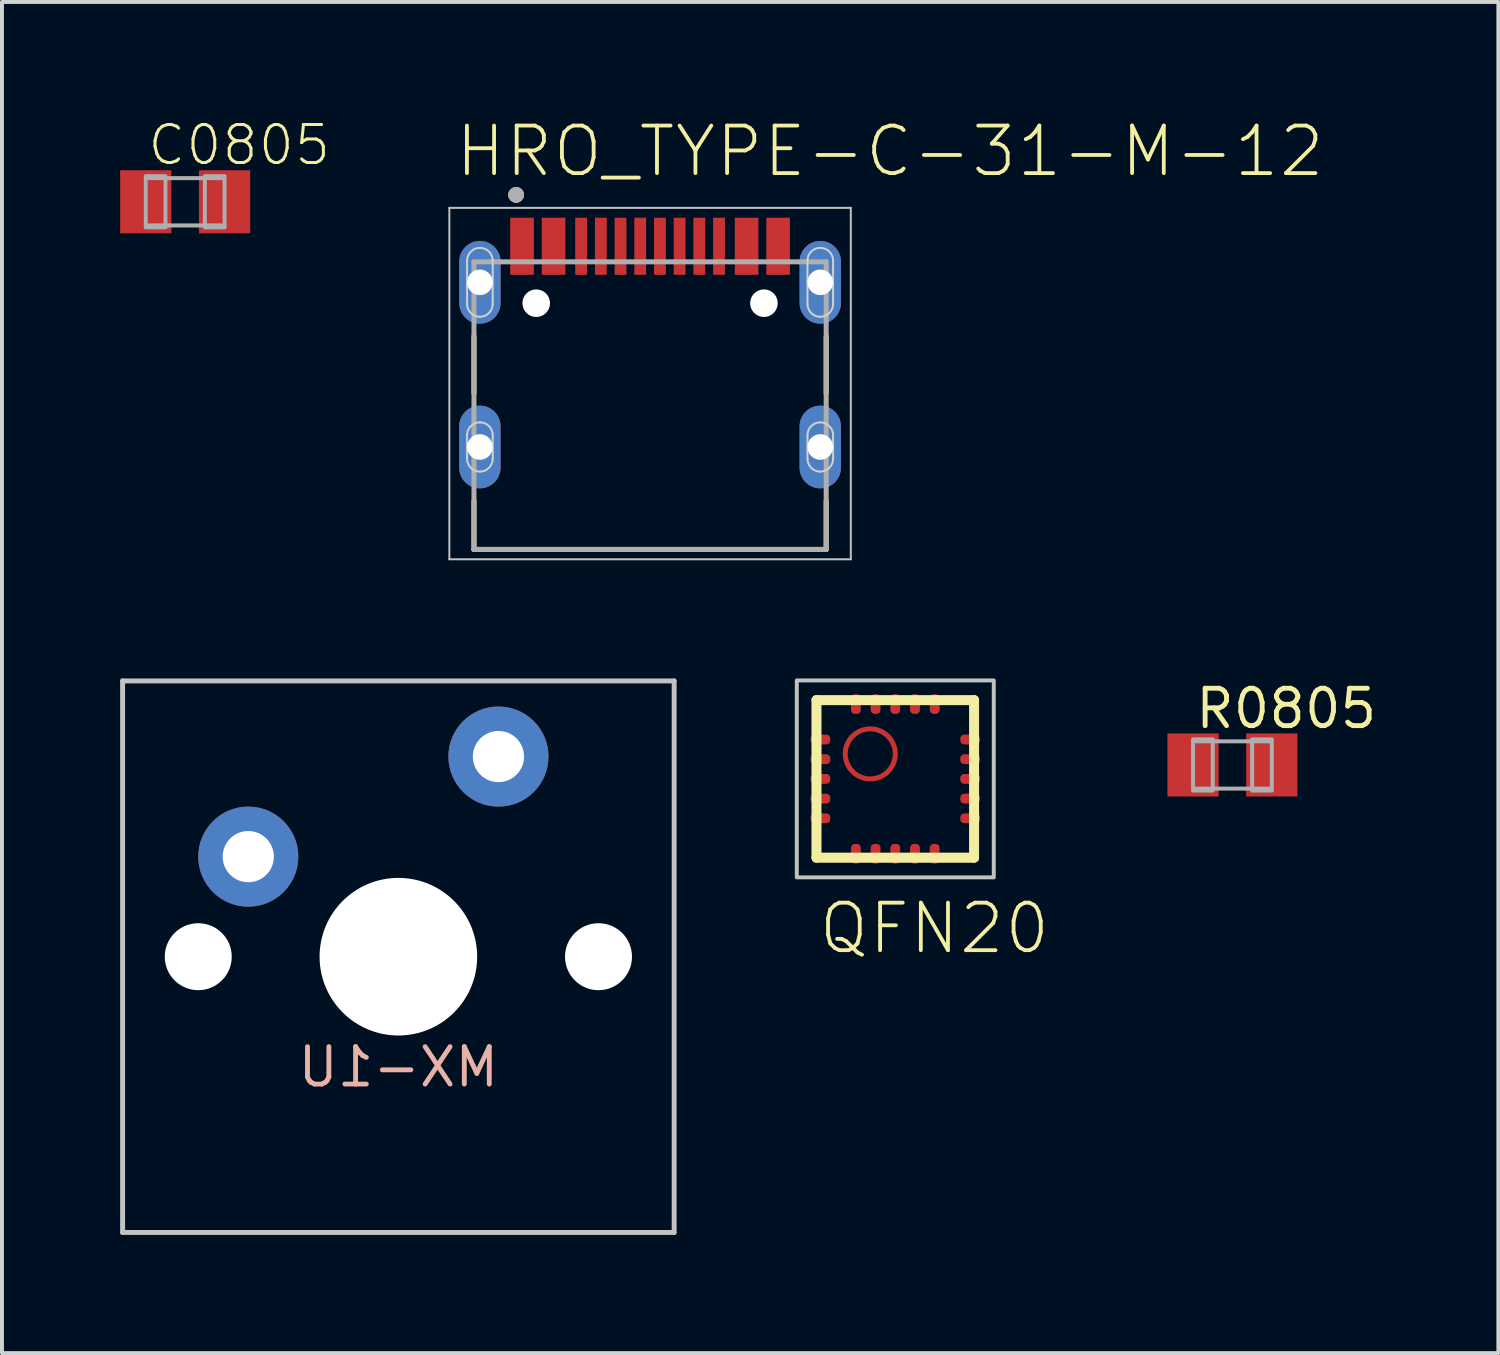
<source format=kicad_pcb>
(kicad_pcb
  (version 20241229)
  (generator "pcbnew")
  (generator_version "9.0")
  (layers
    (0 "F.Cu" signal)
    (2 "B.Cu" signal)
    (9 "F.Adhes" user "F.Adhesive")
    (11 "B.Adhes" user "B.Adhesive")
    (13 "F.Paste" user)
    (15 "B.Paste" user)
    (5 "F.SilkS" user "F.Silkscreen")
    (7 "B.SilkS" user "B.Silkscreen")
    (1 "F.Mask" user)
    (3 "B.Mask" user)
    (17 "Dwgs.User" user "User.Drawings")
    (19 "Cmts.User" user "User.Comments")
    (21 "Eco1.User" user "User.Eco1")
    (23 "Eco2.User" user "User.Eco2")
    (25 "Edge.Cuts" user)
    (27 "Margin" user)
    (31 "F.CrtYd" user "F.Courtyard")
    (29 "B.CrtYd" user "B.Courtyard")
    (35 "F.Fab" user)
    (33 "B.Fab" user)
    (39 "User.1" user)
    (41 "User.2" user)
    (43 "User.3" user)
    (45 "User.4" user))
  (footprint "R0805"
    (layer "F.Cu")
    (at 28.233 16.367)
    (property "Reference" "R0805" (at -1 -0.875 0) (layer "F.SilkS") (effects (font (size 0.95 0.95) (thickness 0.123)) (justify left bottom)))
    (attr through_hole)
    (fp_line (start -0.925 -0.6) (end 0.925 -0.6) (stroke (width 0.102) (type solid)) (layer "F.Fab"))
    (fp_line (start 0.925 0.6) (end -0.925 0.6) (stroke (width 0.102) (type solid)) (layer "F.Fab"))
    (fp_poly (pts (xy -1 0.65) (xy -0.5 0.65) (xy -0.5 -0.65) (xy -1 -0.65)) (stroke (width 0.1) (type solid)) (fill no) (layer "F.Fab"))
    (fp_poly (pts (xy 0.5 0.65) (xy 1 0.65) (xy 1 -0.65) (xy 0.5 -0.65)) (stroke (width 0.1) (type solid)) (fill no) (layer "F.Fab"))
    (pad "1" smd rect (at -1 0) (size 1.3 1.6) (layers "F.Cu" "F.Mask" "F.Paste"))
    (pad "2" smd rect (at 1 0) (size 1.3 1.6) (layers "F.Cu" "F.Mask" "F.Paste")))
  (footprint "QFN20"
    (layer "F.Cu")
    (at 19.675 16.721)
    (property "Reference" "QFN20" (at -2 4.5 0) (layer "F.SilkS") (effects (font (size 1.206 1.206) (thickness 0.097)) (justify left bottom)))
    (attr through_hole)
    (fp_circle (center -0.635 -0.635) (end 0 -0.635) (stroke (width 0.127) (type solid)) (fill no) (layer "F.Cu"))
    (fp_line (start -2 -2) (end 2 -2) (stroke (width 0.254) (type solid)) (layer "F.SilkS"))
    (fp_line (start -2 2) (end -2 -2) (stroke (width 0.254) (type solid)) (layer "F.SilkS"))
    (fp_line (start 2 -2) (end 2 2) (stroke (width 0.254) (type solid)) (layer "F.SilkS"))
    (fp_line (start 2 2) (end -2 2) (stroke (width 0.254) (type solid)) (layer "F.SilkS"))
    (fp_poly (pts (xy -2.5 -2.5) (xy -2.5 2.5) (xy 2.5 2.5) (xy 2.5 -2.5)) (stroke (width 0.1) (type solid)) (fill no) (layer "Dwgs.User"))
    (pad "1" smd roundrect (at -1.9 -1) (size 0.5 0.25) (layers "F.Cu" "F.Mask" "F.Paste") (roundrect_rratio 0.4))
    (pad "2" smd roundrect (at -1.9 -0.5 180) (size 0.5 0.25) (layers "F.Cu" "F.Mask" "F.Paste") (roundrect_rratio 0.4))
    (pad "3" smd roundrect (at -1.9 0) (size 0.5 0.25) (layers "F.Cu" "F.Mask" "F.Paste") (roundrect_rratio 0.4))
    (pad "4" smd roundrect (at -1.9 0.5) (size 0.5 0.25) (layers "F.Cu" "F.Mask" "F.Paste") (roundrect_rratio 0.4))
    (pad "5" smd roundrect (at -1.9 1) (size 0.5 0.25) (layers "F.Cu" "F.Mask" "F.Paste") (roundrect_rratio 0.4))
    (pad "6" smd roundrect (at -1 1.9 270) (size 0.5 0.25) (layers "F.Cu" "F.Mask" "F.Paste") (roundrect_rratio 0.4))
    (pad "7" smd roundrect (at -0.5 1.9 270) (size 0.5 0.25) (layers "F.Cu" "F.Mask" "F.Paste") (roundrect_rratio 0.4))
    (pad "8" smd roundrect (at 0 1.9 270) (size 0.5 0.25) (layers "F.Cu" "F.Mask" "F.Paste") (roundrect_rratio 0.4))
    (pad "9" smd roundrect (at 0.5 1.9 270) (size 0.5 0.25) (layers "F.Cu" "F.Mask" "F.Paste") (roundrect_rratio 0.4))
    (pad "10" smd roundrect (at 1 1.9 270) (size 0.5 0.25) (layers "F.Cu" "F.Mask" "F.Paste") (roundrect_rratio 0.4))
    (pad "11" smd roundrect (at 1.9 1 180) (size 0.5 0.25) (layers "F.Cu" "F.Mask" "F.Paste") (roundrect_rratio 0.4))
    (pad "12" smd roundrect (at 1.9 0.5 180) (size 0.5 0.25) (layers "F.Cu" "F.Mask" "F.Paste") (roundrect_rratio 0.4))
    (pad "13" smd roundrect (at 1.9 0 180) (size 0.5 0.25) (layers "F.Cu" "F.Mask" "F.Paste") (roundrect_rratio 0.4))
    (pad "14" smd roundrect (at 1.9 -0.5 180) (size 0.5 0.25) (layers "F.Cu" "F.Mask" "F.Paste") (roundrect_rratio 0.4))
    (pad "15" smd roundrect (at 1.9 -1 180) (size 0.5 0.25) (layers "F.Cu" "F.Mask" "F.Paste") (roundrect_rratio 0.4))
    (pad "16" smd roundrect (at 1 -1.9 90) (size 0.5 0.25) (layers "F.Cu" "F.Mask" "F.Paste") (roundrect_rratio 0.4))
    (pad "17" smd roundrect (at 0.5 -1.9 90) (size 0.5 0.25) (layers "F.Cu" "F.Mask" "F.Paste") (roundrect_rratio 0.4))
    (pad "18" smd roundrect (at 0 -1.9 270) (size 0.5 0.25) (layers "F.Cu" "F.Mask" "F.Paste") (roundrect_rratio 0.4))
    (pad "19" smd roundrect (at -0.5 -1.9 90) (size 0.5 0.25) (layers "F.Cu" "F.Mask" "F.Paste") (roundrect_rratio 0.4))
    (pad "20" smd roundrect (at -1 -1.9 90) (size 0.5 0.25) (layers "F.Cu" "F.Mask" "F.Paste") (roundrect_rratio 0.4)))
  (footprint "C0805"
    (layer "F.Cu")
    (at 1.65 2.072)
    (property "Reference" "C0805" (at -1 -0.875 0) (layer "F.SilkS") (effects (font (size 0.965 0.965) (thickness 0.077)) (justify left bottom)))
    (attr through_hole)
    (fp_line (start -0.925 -0.6) (end 0.925 -0.6) (stroke (width 0.102) (type solid)) (layer "F.Fab"))
    (fp_line (start 0.925 0.6) (end -0.925 0.6) (stroke (width 0.102) (type solid)) (layer "F.Fab"))
    (fp_poly (pts (xy -1 0.65) (xy -0.5 0.65) (xy -0.5 -0.65) (xy -1 -0.65)) (stroke (width 0.1) (type solid)) (fill no) (layer "F.Fab"))
    (fp_poly (pts (xy 0.5 0.65) (xy 1 0.65) (xy 1 -0.65) (xy 0.5 -0.65)) (stroke (width 0.1) (type solid)) (fill no) (layer "F.Fab"))
    (pad "1" smd rect (at -1 0) (size 1.3 1.6) (layers "F.Cu" "F.Mask" "F.Paste"))
    (pad "2" smd rect (at 1 0) (size 1.3 1.6) (layers "F.Cu" "F.Mask" "F.Paste")))
  (footprint "MX-1U"
    (layer "F.Cu")
    (at 7.062 21.234)
    (property "Reference" "MX-1U" (at 0 2.8 180) (layer "B.SilkS") (effects (font (size 0.95 0.95) (thickness 0.123)) (justify mirror)))
    (attr through_hole)
    (fp_line (start -7 -7) (end 7 -7) (stroke (width 0.125) (type solid)) (layer "Dwgs.User"))
    (fp_line (start -7 7) (end -7 -7) (stroke (width 0.125) (type solid)) (layer "Dwgs.User"))
    (fp_line (start 7 -7) (end 7 7) (stroke (width 0.125) (type solid)) (layer "Dwgs.User"))
    (fp_line (start 7 7) (end -7 7) (stroke (width 0.125) (type solid)) (layer "Dwgs.User"))
    (pad "" np_thru_hole circle (at -5.08 0) (size 1.7 1.7) (drill 1.7) (layers "*.Cu" "*.Mask"))
    (pad "" np_thru_hole circle (at 0 0) (size 4 4) (drill 4) (layers "*.Cu" "*.Mask"))
    (pad "" np_thru_hole circle (at 5.08 0) (size 1.7 1.7) (drill 1.7) (layers "*.Cu" "*.Mask"))
    (pad "MX1" thru_hole circle (at -3.81 -2.54) (size 2.54 2.54) (drill 1.3) (layers "*.Cu" "*.Mask"))
    (pad "MX2" thru_hole circle (at 2.54 -5.08) (size 2.54 2.54) (drill 1.3) (layers "*.Cu" "*.Mask")))
  (footprint "HRO_TYPE-C-31-M-12"
    (layer "F.Cu")
    (at 13.451 8.296)
    (property "Reference" "HRO_TYPE-C-31-M-12" (at -5 -6.8 0) (layer "F.SilkS") (effects (font (size 1.206 1.206) (thickness 0.097)) (justify left bottom)))
    (attr through_hole)
    (fp_line (start -4.47 -2.81) (end -4.47 -1.37) (stroke (width 0.127) (type solid)) (layer "F.SilkS"))
    (fp_line (start -4.47 2.6) (end -4.47 1.37) (stroke (width 0.127) (type solid)) (layer "F.SilkS"))
    (fp_line (start 4.47 -2.81) (end 4.47 -1.37) (stroke (width 0.127) (type solid)) (layer "F.SilkS"))
    (fp_line (start 4.47 1.37) (end 4.47 2.6) (stroke (width 0.127) (type solid)) (layer "F.SilkS"))
    (fp_line (start 4.47 2.6) (end -4.47 2.6) (stroke (width 0.127) (type solid)) (layer "F.SilkS"))
    (fp_circle (center -3.4 -6.4) (end -3.3 -6.4) (stroke (width 0.2) (type solid)) (fill no) (layer "F.SilkS"))
    (fp_line (start -5.095 -6.07) (end -5.095 2.85) (stroke (width 0.05) (type solid)) (layer "Dwgs.User"))
    (fp_line (start -5.095 2.85) (end 5.095 2.85) (stroke (width 0.05) (type solid)) (layer "Dwgs.User"))
    (fp_line (start 5.095 -6.07) (end -5.095 -6.07) (stroke (width 0.05) (type solid)) (layer "Dwgs.User"))
    (fp_line (start 5.095 2.85) (end 5.095 -6.07) (stroke (width 0.05) (type solid)) (layer "Dwgs.User"))
    (fp_line (start -4.645 -4.73) (end -4.645 -3.63) (stroke (width 0.05) (type solid)) (layer "Edge.Cuts"))
    (fp_line (start -4.645 -0.3) (end -4.645 0.3) (stroke (width 0.05) (type solid)) (layer "Edge.Cuts"))
    (fp_line (start -3.995 -3.63) (end -3.995 -4.73) (stroke (width 0.05) (type solid)) (layer "Edge.Cuts"))
    (fp_line (start -3.995 0.3) (end -3.995 -0.3) (stroke (width 0.05) (type solid)) (layer "Edge.Cuts"))
    (fp_line (start 3.995 -4.73) (end 3.995 -3.63) (stroke (width 0.05) (type solid)) (layer "Edge.Cuts"))
    (fp_line (start 3.995 -0.3) (end 3.995 0.3) (stroke (width 0.05) (type solid)) (layer "Edge.Cuts"))
    (fp_line (start 4.645 -3.63) (end 4.645 -4.73) (stroke (width 0.05) (type solid)) (layer "Edge.Cuts"))
    (fp_line (start 4.645 0.3) (end 4.645 -0.3) (stroke (width 0.05) (type solid)) (layer "Edge.Cuts"))
    (fp_arc (start -4.645 -4.73) (mid -4.54981 -4.95981) (end -4.32 -5.055) (stroke (width 0.05) (type solid)) (layer "Edge.Cuts"))
    (fp_arc (start -4.645 -0.3) (mid -4.54981 -0.52981) (end -4.32 -0.625) (stroke (width 0.05) (type solid)) (layer "Edge.Cuts"))
    (fp_arc (start -4.32 -5.055) (mid -4.09019 -4.95981) (end -3.995 -4.73) (stroke (width 0.05) (type solid)) (layer "Edge.Cuts"))
    (fp_arc (start -4.32 -3.305) (mid -4.54981 -3.40019) (end -4.645 -3.63) (stroke (width 0.05) (type solid)) (layer "Edge.Cuts"))
    (fp_arc (start -4.32 -0.625) (mid -4.09019 -0.52981) (end -3.995 -0.3) (stroke (width 0.05) (type solid)) (layer "Edge.Cuts"))
    (fp_arc (start -4.32 0.625) (mid -4.54981 0.52981) (end -4.645 0.3) (stroke (width 0.05) (type solid)) (layer "Edge.Cuts"))
    (fp_arc (start -3.995 -3.63) (mid -4.09019 -3.40019) (end -4.32 -3.305) (stroke (width 0.05) (type solid)) (layer "Edge.Cuts"))
    (fp_arc (start -3.995 0.3) (mid -4.09019 0.52981) (end -4.32 0.625) (stroke (width 0.05) (type solid)) (layer "Edge.Cuts"))
    (fp_arc (start 3.995 -4.73) (mid 4.09019 -4.95981) (end 4.32 -5.055) (stroke (width 0.05) (type solid)) (layer "Edge.Cuts"))
    (fp_arc (start 3.995 -0.3) (mid 4.09019 -0.52981) (end 4.32 -0.625) (stroke (width 0.05) (type solid)) (layer "Edge.Cuts"))
    (fp_arc (start 4.32 -5.055) (mid 4.54981 -4.95981) (end 4.645 -4.73) (stroke (width 0.05) (type solid)) (layer "Edge.Cuts"))
    (fp_arc (start 4.32 -3.305) (mid 4.09019 -3.40019) (end 3.995 -3.63) (stroke (width 0.05) (type solid)) (layer "Edge.Cuts"))
    (fp_arc (start 4.32 -0.625) (mid 4.54981 -0.52981) (end 4.645 -0.3) (stroke (width 0.05) (type solid)) (layer "Edge.Cuts"))
    (fp_arc (start 4.32 0.625) (mid 4.09019 0.52981) (end 3.995 0.3) (stroke (width 0.05) (type solid)) (layer "Edge.Cuts"))
    (fp_arc (start 4.645 -3.63) (mid 4.54981 -3.40019) (end 4.32 -3.305) (stroke (width 0.05) (type solid)) (layer "Edge.Cuts"))
    (fp_arc (start 4.645 0.3) (mid 4.54981 0.52981) (end 4.32 0.625) (stroke (width 0.05) (type solid)) (layer "Edge.Cuts"))
    (fp_line (start -4.47 -4.7) (end -4.47 2.6) (stroke (width 0.127) (type solid)) (layer "F.Fab"))
    (fp_line (start -4.47 2.6) (end 4.47 2.6) (stroke (width 0.127) (type solid)) (layer "F.Fab"))
    (fp_line (start 4.47 -4.7) (end -4.47 -4.7) (stroke (width 0.127) (type solid)) (layer "F.Fab"))
    (fp_line (start 4.47 2.6) (end 4.47 -4.7) (stroke (width 0.127) (type solid)) (layer "F.Fab"))
    (fp_circle (center -3.4 -6.4) (end -3.3 -6.4) (stroke (width 0.2) (type solid)) (fill no) (layer "F.Fab"))
    (pad "" np_thru_hole circle (at -2.89 -3.65) (size 0.7 0.7) (drill 0.7) (layers "*.Cu" "*.Mask"))
    (pad "" np_thru_hole circle (at 2.89 -3.65) (size 0.7 0.7) (drill 0.7) (layers "*.Cu" "*.Mask"))
    (pad "A1B12" smd rect (at -3.25 -5.095) (size 0.6 1.45) (layers "F.Cu" "F.Mask" "F.Paste"))
    (pad "A4B9" smd rect (at -2.45 -5.095) (size 0.6 1.45) (layers "F.Cu" "F.Mask" "F.Paste"))
    (pad "A5" smd rect (at -1.25 -5.095) (size 0.3 1.45) (layers "F.Cu" "F.Mask" "F.Paste"))
    (pad "A6" smd rect (at -0.25 -5.095) (size 0.3 1.45) (layers "F.Cu" "F.Mask" "F.Paste"))
    (pad "A7" smd rect (at 0.25 -5.095) (size 0.3 1.45) (layers "F.Cu" "F.Mask" "F.Paste"))
    (pad "A8" smd rect (at 1.25 -5.095) (size 0.3 1.45) (layers "F.Cu" "F.Mask" "F.Paste"))
    (pad "B1A12" smd rect (at 3.25 -5.095) (size 0.6 1.45) (layers "F.Cu" "F.Mask" "F.Paste"))
    (pad "B4A9" smd rect (at 2.45 -5.095) (size 0.6 1.45) (layers "F.Cu" "F.Mask" "F.Paste"))
    (pad "B5" smd rect (at 1.75 -5.095) (size 0.3 1.45) (layers "F.Cu" "F.Mask" "F.Paste"))
    (pad "B6" smd rect (at 0.75 -5.095) (size 0.3 1.45) (layers "F.Cu" "F.Mask" "F.Paste"))
    (pad "B7" smd rect (at -0.75 -5.095) (size 0.3 1.45) (layers "F.Cu" "F.Mask" "F.Paste"))
    (pad "B8" smd rect (at -1.75 -5.095) (size 0.3 1.45) (layers "F.Cu" "F.Mask" "F.Paste"))
    (pad "S1" thru_hole oval (at -4.32 -4.18 90) (size 2.1 1.05) (drill 0.65) (layers "*.Cu" "*.Mask"))
    (pad "S2" thru_hole oval (at 4.32 -4.18 90) (size 2.1 1.05) (drill 0.65) (layers "*.Cu" "*.Mask"))
    (pad "S3" thru_hole oval (at -4.32 0 90) (size 2.1 1.05) (drill 0.65) (layers "*.Cu" "*.Mask"))
    (pad "S4" thru_hole oval (at 4.32 0 90) (size 2.1 1.05) (drill 0.65) (layers "*.Cu" "*.Mask")))
  (gr_rect
    (start -3 -3)
    (end 34.983 31.296)
    (stroke (width 0.1) (type default))
    (fill no)
    (layer "Edge.Cuts")))
</source>
